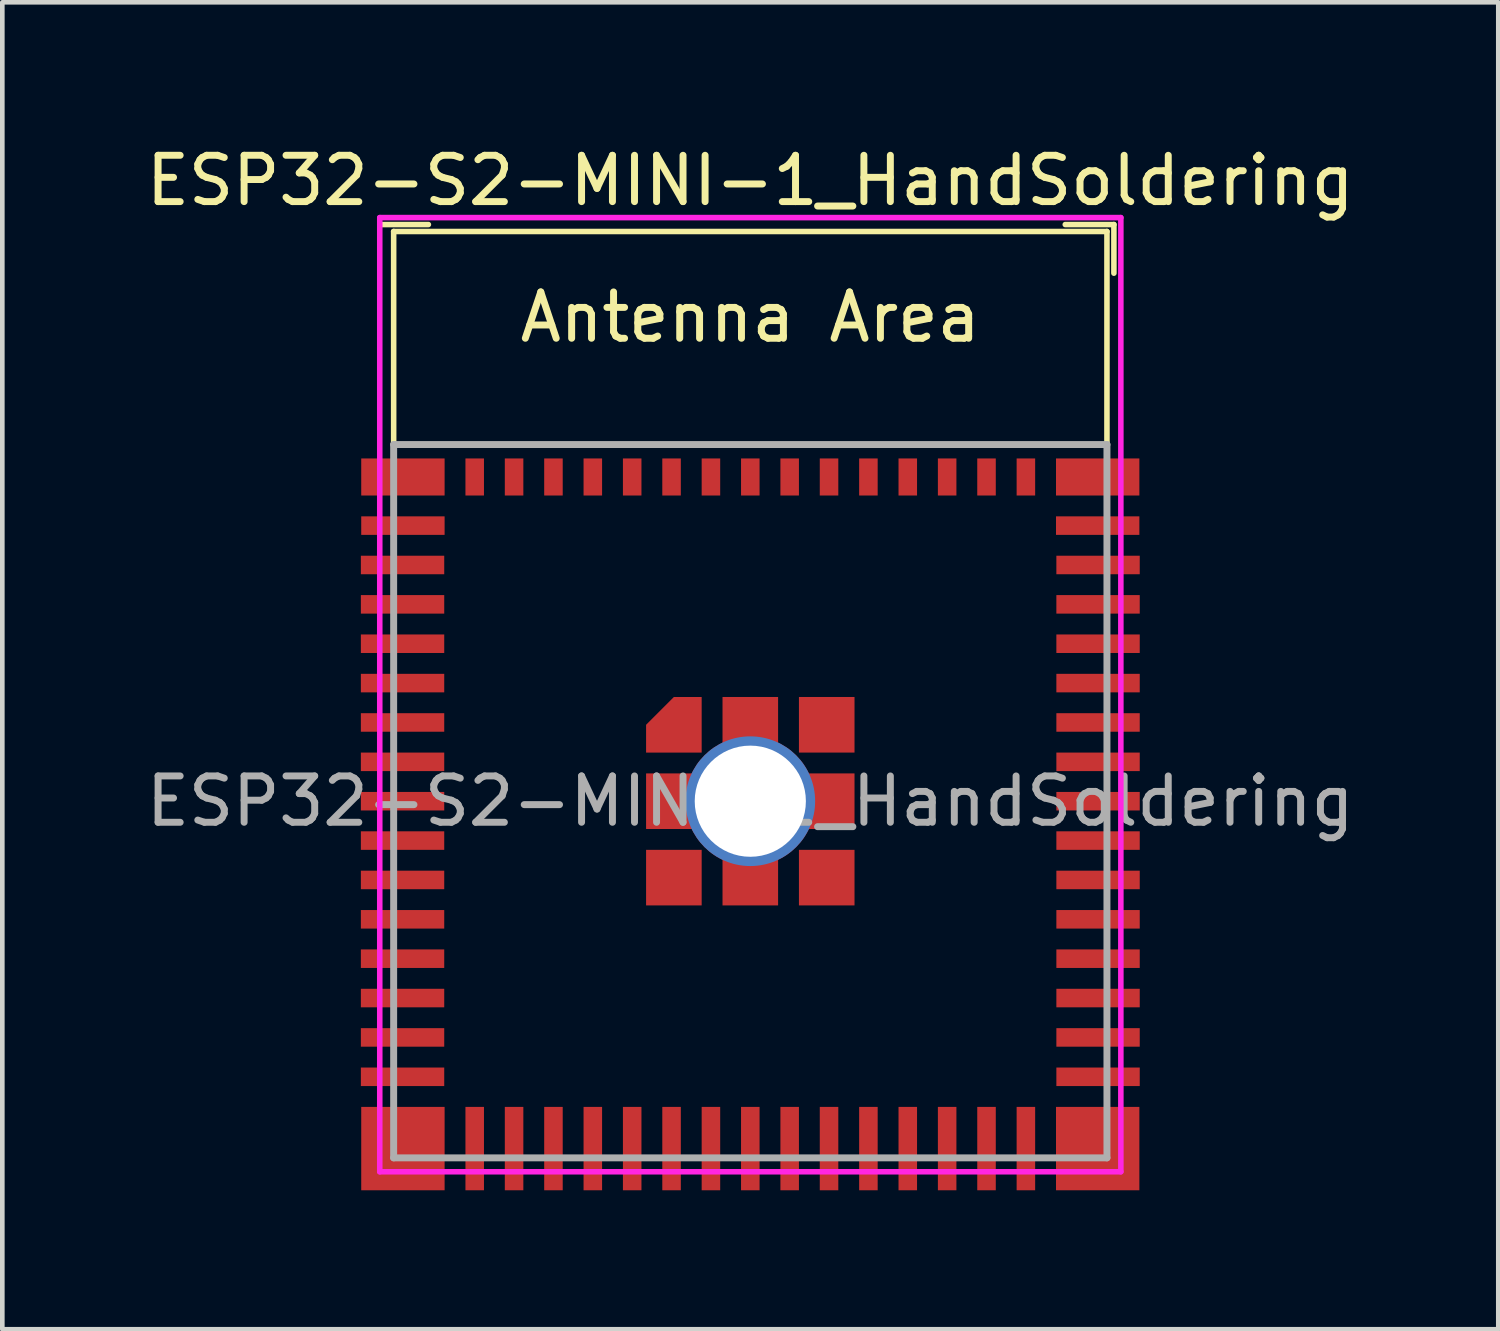
<source format=kicad_pcb>
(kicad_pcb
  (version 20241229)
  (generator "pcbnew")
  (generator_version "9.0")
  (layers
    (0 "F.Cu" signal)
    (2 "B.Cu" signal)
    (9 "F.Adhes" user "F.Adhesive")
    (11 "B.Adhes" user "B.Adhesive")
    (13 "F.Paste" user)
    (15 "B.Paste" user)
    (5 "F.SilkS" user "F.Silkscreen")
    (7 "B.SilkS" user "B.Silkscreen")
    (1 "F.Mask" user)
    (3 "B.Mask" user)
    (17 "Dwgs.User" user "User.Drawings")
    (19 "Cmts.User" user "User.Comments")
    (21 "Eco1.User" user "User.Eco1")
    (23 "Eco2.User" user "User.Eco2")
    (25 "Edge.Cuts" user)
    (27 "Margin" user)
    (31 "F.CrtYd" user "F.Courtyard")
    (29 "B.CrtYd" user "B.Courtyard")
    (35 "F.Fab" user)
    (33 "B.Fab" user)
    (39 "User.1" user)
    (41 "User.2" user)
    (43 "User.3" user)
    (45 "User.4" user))
  (footprint "ESP32-S2-MINI-1_HandSoldering"
    (layer "F.Cu")
    (at 13.149 14.248)
    (property "Reference" "ESP32-S2-MINI-1_HandSoldering" (at 0 -13.4 0) (layer "F.SilkS") (effects (font (size 1 1) (thickness 0.15))))
    (attr smd)
    (fp_line (start -8 -12.45) (end -6.95 -12.45) (stroke (width 0.12) (type solid)) (layer "F.SilkS"))
    (fp_line (start -7.7 -12.3) (end -7.7 -7.7) (stroke (width 0.12) (type solid)) (layer "F.SilkS"))
    (fp_line (start -7.7 -12.3) (end 7.7 -12.3) (stroke (width 0.12) (type solid)) (layer "F.SilkS"))
    (fp_line (start 6.8 -12.45) (end 7.85 -12.45) (stroke (width 0.12) (type solid)) (layer "F.SilkS"))
    (fp_line (start 7.7 -12.3) (end 7.7 -7.7) (stroke (width 0.12) (type solid)) (layer "F.SilkS"))
    (fp_line (start 7.85 -12.45) (end 7.85 -11.4) (stroke (width 0.12) (type solid)) (layer "F.SilkS"))
    (fp_line (start -8 -12.6) (end -8 8) (stroke (width 0.12) (type solid)) (layer "F.CrtYd"))
    (fp_line (start -8 8) (end 8 8) (stroke (width 0.12) (type solid)) (layer "F.CrtYd"))
    (fp_line (start 8 -12.6) (end -8 -12.6) (stroke (width 0.12) (type solid)) (layer "F.CrtYd"))
    (fp_line (start 8 8) (end 8 -12.6) (stroke (width 0.12) (type solid)) (layer "F.CrtYd"))
    (fp_line (start -7.7 -7.7) (end -7.7 7.7) (stroke (width 0.15) (type solid)) (layer "F.Fab"))
    (fp_line (start -7.7 7.7) (end 7.7 7.7) (stroke (width 0.15) (type solid)) (layer "F.Fab"))
    (fp_line (start 7.7 -7.7) (end -7.7 -7.7) (stroke (width 0.15) (type solid)) (layer "F.Fab"))
    (fp_line (start 7.7 7.7) (end 7.7 -7.7) (stroke (width 0.15) (type solid)) (layer "F.Fab"))
    (fp_text user "Antenna Area" (at 0 -10.45 0) (layer "F.SilkS") (effects (font (size 1 1) (thickness 0.15))))
    (fp_text user "${REFERENCE}" (at 0 0 0) (layer "F.Fab") (effects (font (size 1 1) (thickness 0.15))))
    (pad "1" smd rect (at -7.5 -5.95 90) (size 0.4 1.8) (layers "F.Cu" "F.Mask" "F.Paste"))
    (pad "2" smd rect (at -7.508 -5.1 90) (size 0.4 1.8) (layers "F.Cu" "F.Mask" "F.Paste"))
    (pad "3" smd rect (at -7.508 -4.25 90) (size 0.4 1.8) (layers "F.Cu" "F.Mask" "F.Paste"))
    (pad "4" smd rect (at -7.508 -3.4 90) (size 0.4 1.8) (layers "F.Cu" "F.Mask" "F.Paste"))
    (pad "5" smd rect (at -7.508 -2.55 90) (size 0.4 1.8) (layers "F.Cu" "F.Mask" "F.Paste"))
    (pad "6" smd rect (at -7.508 -1.7 90) (size 0.4 1.8) (layers "F.Cu" "F.Mask" "F.Paste"))
    (pad "7" smd rect (at -7.508 -0.85 90) (size 0.4 1.8) (layers "F.Cu" "F.Mask" "F.Paste"))
    (pad "8" smd rect (at -7.508 0 90) (size 0.4 1.8) (layers "F.Cu" "F.Mask" "F.Paste"))
    (pad "9" smd rect (at -7.508 0.85 90) (size 0.4 1.8) (layers "F.Cu" "F.Mask" "F.Paste"))
    (pad "10" smd rect (at -7.508 1.7 90) (size 0.4 1.8) (layers "F.Cu" "F.Mask" "F.Paste"))
    (pad "11" smd rect (at -7.508 2.55 90) (size 0.4 1.8) (layers "F.Cu" "F.Mask" "F.Paste"))
    (pad "12" smd rect (at -7.508 3.4 90) (size 0.4 1.8) (layers "F.Cu" "F.Mask" "F.Paste"))
    (pad "13" smd rect (at -7.508 4.25 90) (size 0.4 1.8) (layers "F.Cu" "F.Mask" "F.Paste"))
    (pad "14" smd rect (at -7.508 5.1 90) (size 0.4 1.8) (layers "F.Cu" "F.Mask" "F.Paste"))
    (pad "15" smd rect (at -7.508 5.95 90) (size 0.4 1.8) (layers "F.Cu" "F.Mask" "F.Paste"))
    (pad "16" smd rect (at -5.95 7.5) (size 0.4 1.8) (layers "F.Cu" "F.Mask" "F.Paste"))
    (pad "17" smd rect (at -5.1 7.5) (size 0.4 1.8) (layers "F.Cu" "F.Mask" "F.Paste"))
    (pad "18" smd rect (at -4.25 7.5) (size 0.4 1.8) (layers "F.Cu" "F.Mask" "F.Paste"))
    (pad "19" smd rect (at -3.4 7.5) (size 0.4 1.8) (layers "F.Cu" "F.Mask" "F.Paste"))
    (pad "20" smd rect (at -2.55 7.5) (size 0.4 1.8) (layers "F.Cu" "F.Mask" "F.Paste"))
    (pad "21" smd rect (at -1.7 7.5) (size 0.4 1.8) (layers "F.Cu" "F.Mask" "F.Paste"))
    (pad "22" smd rect (at -0.85 7.5) (size 0.4 1.8) (layers "F.Cu" "F.Mask" "F.Paste"))
    (pad "23" smd rect (at 0 7.5) (size 0.4 1.8) (layers "F.Cu" "F.Mask" "F.Paste"))
    (pad "24" smd rect (at 0.85 7.5) (size 0.4 1.8) (layers "F.Cu" "F.Mask" "F.Paste"))
    (pad "25" smd rect (at 1.7 7.5) (size 0.4 1.8) (layers "F.Cu" "F.Mask" "F.Paste"))
    (pad "26" smd rect (at 2.55 7.5) (size 0.4 1.8) (layers "F.Cu" "F.Mask" "F.Paste"))
    (pad "27" smd rect (at 3.4 7.5) (size 0.4 1.8) (layers "F.Cu" "F.Mask" "F.Paste"))
    (pad "28" smd rect (at 4.25 7.5) (size 0.4 1.8) (layers "F.Cu" "F.Mask" "F.Paste"))
    (pad "29" smd rect (at 5.1 7.5) (size 0.4 1.8) (layers "F.Cu" "F.Mask" "F.Paste"))
    (pad "30" smd rect (at 5.95 7.5) (size 0.4 1.8) (layers "F.Cu" "F.Mask" "F.Paste"))
    (pad "31" smd rect (at 7.508 5.95 90) (size 0.4 1.8) (layers "F.Cu" "F.Mask" "F.Paste"))
    (pad "32" smd rect (at 7.508 5.1 90) (size 0.4 1.8) (layers "F.Cu" "F.Mask" "F.Paste"))
    (pad "33" smd rect (at 7.508 4.25 90) (size 0.4 1.8) (layers "F.Cu" "F.Mask" "F.Paste"))
    (pad "34" smd rect (at 7.508 3.4 90) (size 0.4 1.8) (layers "F.Cu" "F.Mask" "F.Paste"))
    (pad "35" smd rect (at 7.508 2.55 90) (size 0.4 1.8) (layers "F.Cu" "F.Mask" "F.Paste"))
    (pad "36" smd rect (at 7.508 1.7 90) (size 0.4 1.8) (layers "F.Cu" "F.Mask" "F.Paste"))
    (pad "37" smd rect (at 7.508 0.85 90) (size 0.4 1.8) (layers "F.Cu" "F.Mask" "F.Paste"))
    (pad "38" smd rect (at 7.508 0 90) (size 0.4 1.8) (layers "F.Cu" "F.Mask" "F.Paste"))
    (pad "39" smd rect (at 7.508 -0.85 90) (size 0.4 1.8) (layers "F.Cu" "F.Mask" "F.Paste"))
    (pad "40" smd rect (at 7.508 -1.7 90) (size 0.4 1.8) (layers "F.Cu" "F.Mask" "F.Paste"))
    (pad "41" smd rect (at 7.508 -2.55 90) (size 0.4 1.8) (layers "F.Cu" "F.Mask" "F.Paste"))
    (pad "42" smd rect (at 7.508 -3.4 90) (size 0.4 1.8) (layers "F.Cu" "F.Mask" "F.Paste"))
    (pad "43" smd rect (at 7.508 -4.25 90) (size 0.4 1.8) (layers "F.Cu" "F.Mask" "F.Paste"))
    (pad "44" smd rect (at 7.508 -5.1 90) (size 0.4 1.8) (layers "F.Cu" "F.Mask" "F.Paste"))
    (pad "45" smd rect (at 7.5 -5.95 90) (size 0.4 1.8) (layers "F.Cu" "F.Mask" "F.Paste"))
    (pad "46" smd rect (at 5.95 -7) (size 0.4 0.8) (layers "F.Cu" "F.Mask" "F.Paste"))
    (pad "47" smd rect (at 5.1 -7) (size 0.4 0.8) (layers "F.Cu" "F.Mask" "F.Paste"))
    (pad "48" smd rect (at 4.25 -7) (size 0.4 0.8) (layers "F.Cu" "F.Mask" "F.Paste"))
    (pad "49" smd rect (at 3.4 -7) (size 0.4 0.8) (layers "F.Cu" "F.Mask" "F.Paste"))
    (pad "50" smd rect (at 2.55 -7) (size 0.4 0.8) (layers "F.Cu" "F.Mask" "F.Paste"))
    (pad "51" smd rect (at 1.7 -7) (size 0.4 0.8) (layers "F.Cu" "F.Mask" "F.Paste"))
    (pad "52" smd rect (at 0.85 -7) (size 0.4 0.8) (layers "F.Cu" "F.Mask" "F.Paste"))
    (pad "53" smd rect (at 0 -7) (size 0.4 0.8) (layers "F.Cu" "F.Mask" "F.Paste"))
    (pad "54" smd rect (at -0.85 -7) (size 0.4 0.8) (layers "F.Cu" "F.Mask" "F.Paste"))
    (pad "55" smd rect (at -1.7 -7) (size 0.4 0.8) (layers "F.Cu" "F.Mask" "F.Paste"))
    (pad "56" smd rect (at -2.55 -7) (size 0.4 0.8) (layers "F.Cu" "F.Mask" "F.Paste"))
    (pad "57" smd rect (at -3.4 -7) (size 0.4 0.8) (layers "F.Cu" "F.Mask" "F.Paste"))
    (pad "58" smd rect (at -4.25 -7) (size 0.4 0.8) (layers "F.Cu" "F.Mask" "F.Paste"))
    (pad "59" smd rect (at -5.1 -7) (size 0.4 0.8) (layers "F.Cu" "F.Mask" "F.Paste"))
    (pad "60" smd rect (at -5.95 -7) (size 0.4 0.8) (layers "F.Cu" "F.Mask" "F.Paste"))
    (pad "61" smd custom (at -1.65 -1.65) (size 0.6 0.6) (layers "F.Cu" "F.Mask" "F.Paste") (options (anchor rect)) (primitives (gr_poly (pts (xy -0.6 0.6) (xy 0.6 0.6) (xy 0.6 -0.6) (xy 0 -0.6) (xy -0.6 0)) (width 0) (fill yes))))
    (pad "61" smd rect (at -1.65 0) (size 1.2 1.2) (layers "F.Cu" "F.Mask" "F.Paste"))
    (pad "61" smd rect (at -1.65 1.65) (size 1.2 1.2) (layers "F.Cu" "F.Mask" "F.Paste"))
    (pad "61" smd rect (at 0 -1.65) (size 1.2 1.2) (layers "F.Cu" "F.Mask" "F.Paste"))
    (pad "61" thru_hole circle (at 0 0) (size 2.8 2.8) (drill 2.4) (layers "*.Cu" "*.Mask"))
    (pad "61" smd rect (at 0 1.65) (size 1.2 1.2) (layers "F.Cu" "F.Mask" "F.Paste"))
    (pad "61" smd rect (at 1.65 -1.65) (size 1.2 1.2) (layers "F.Cu" "F.Mask" "F.Paste"))
    (pad "61" smd rect (at 1.65 0) (size 1.2 1.2) (layers "F.Cu" "F.Mask" "F.Paste"))
    (pad "61" smd rect (at 1.65 1.65) (size 1.2 1.2) (layers "F.Cu" "F.Mask" "F.Paste"))
    (pad "62" smd rect (at -7.5 -7 180) (size 1.8 0.8) (layers "F.Cu" "F.Mask" "F.Paste"))
    (pad "63" smd rect (at -7.5 7.5 180) (size 1.8 1.8) (layers "F.Cu" "F.Mask" "F.Paste"))
    (pad "64" smd rect (at 7.5 7.5 180) (size 1.8 1.8) (layers "F.Cu" "F.Mask" "F.Paste"))
    (pad "65" smd rect (at 7.5 -7 180) (size 1.8 0.8) (layers "F.Cu" "F.Mask" "F.Paste"))
    (zone (net_name "") (layers "F.Cu" "B.Cu") (name "antenna keepout") (hatch edge 0.508) (connect_pads) (min_thickness 0.254) (filled_areas_thickness no) (keepout (tracks not_allowed) (vias not_allowed) (pads not_allowed) (copperpour not_allowed) (footprints not_allowed)) (placement (enabled no)) (fill) (polygon (pts (xy 20.849 6.548) (xy 5.449 6.548) (xy 5.449 1.948) (xy 20.849 1.948)))))
  (gr_rect
    (start -3 -3)
    (end 29.298 25.648)
    (stroke (width 0.1) (type default))
    (fill no)
    (layer "Edge.Cuts")))
</source>
